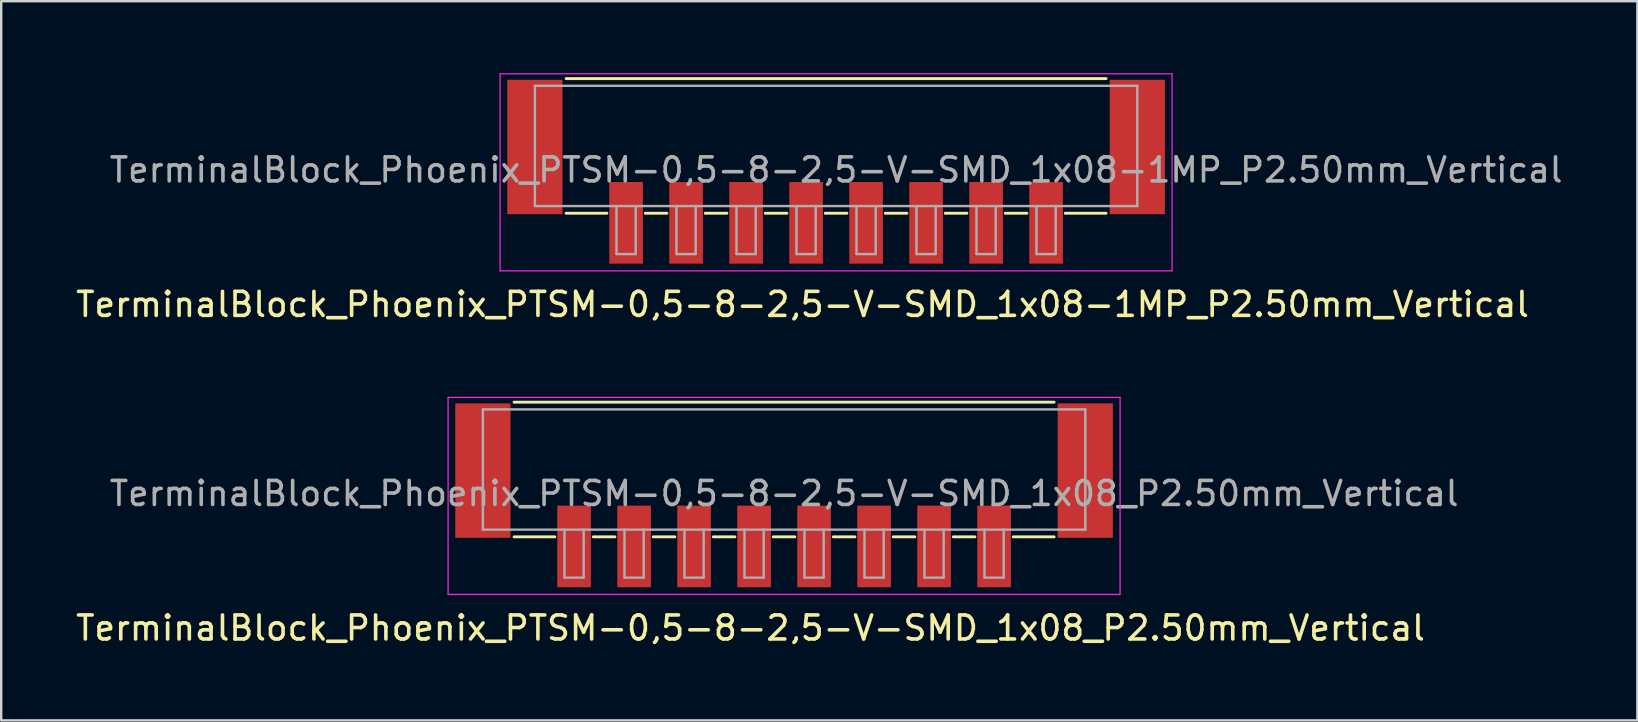
<source format=kicad_pcb>
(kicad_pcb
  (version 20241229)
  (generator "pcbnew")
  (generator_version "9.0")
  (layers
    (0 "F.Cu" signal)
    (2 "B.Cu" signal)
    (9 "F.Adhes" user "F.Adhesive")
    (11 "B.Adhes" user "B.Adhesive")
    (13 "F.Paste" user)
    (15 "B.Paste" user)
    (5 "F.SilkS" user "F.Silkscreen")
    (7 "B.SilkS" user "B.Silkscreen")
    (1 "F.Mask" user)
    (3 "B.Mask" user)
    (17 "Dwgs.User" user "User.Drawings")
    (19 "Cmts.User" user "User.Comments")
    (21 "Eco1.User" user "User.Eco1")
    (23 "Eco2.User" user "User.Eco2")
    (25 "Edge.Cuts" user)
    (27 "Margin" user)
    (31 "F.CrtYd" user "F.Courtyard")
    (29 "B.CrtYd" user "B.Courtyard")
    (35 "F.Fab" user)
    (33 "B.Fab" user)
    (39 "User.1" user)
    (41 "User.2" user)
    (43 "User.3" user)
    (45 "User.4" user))
  (footprint "TerminalBlock_Phoenix_PTSM-0,5-8-2,5-V-SMD_1x08-1MP_P2.50mm_Vertical"
    (layer "F.Cu")
    (at 31.787 4.105)
    (property "Reference" "TerminalBlock_Phoenix_PTSM-0,5-8-2,5-V-SMD_1x08-1MP_P2.50mm_Vertical" (at -1.4 5.53 0) (layer "F.SilkS") (effects (font (size 1 1) (thickness 0.15))))
    (attr smd)
    (fp_line (start -11.25 -3.88) (end 11.25 -3.88) (stroke (width 0.12) (type solid)) (layer "F.SilkS"))
    (fp_line (start -9.55 1.73) (end -11.25 1.73) (stroke (width 0.12) (type solid)) (layer "F.SilkS"))
    (fp_line (start -7.05 1.73) (end -7.95 1.73) (stroke (width 0.12) (type solid)) (layer "F.SilkS"))
    (fp_line (start -4.55 1.73) (end -5.45 1.73) (stroke (width 0.12) (type solid)) (layer "F.SilkS"))
    (fp_line (start -2.05 1.73) (end -2.95 1.73) (stroke (width 0.12) (type solid)) (layer "F.SilkS"))
    (fp_line (start 0.45 1.73) (end -0.45 1.73) (stroke (width 0.12) (type solid)) (layer "F.SilkS"))
    (fp_line (start 2.95 1.73) (end 2.05 1.73) (stroke (width 0.12) (type solid)) (layer "F.SilkS"))
    (fp_line (start 5.45 1.73) (end 4.55 1.73) (stroke (width 0.12) (type solid)) (layer "F.SilkS"))
    (fp_line (start 7.95 1.73) (end 7.05 1.73) (stroke (width 0.12) (type solid)) (layer "F.SilkS"))
    (fp_line (start 11.25 1.73) (end 9.55 1.73) (stroke (width 0.12) (type solid)) (layer "F.SilkS"))
    (fp_line (start -14 -4.08) (end 14 -4.08) (stroke (width 0.05) (type solid)) (layer "F.CrtYd"))
    (fp_line (start -14 4.13) (end -14 -4.08) (stroke (width 0.05) (type solid)) (layer "F.CrtYd"))
    (fp_line (start 14 -4.08) (end 14 4.13) (stroke (width 0.05) (type solid)) (layer "F.CrtYd"))
    (fp_line (start 14 4.13) (end -14 4.13) (stroke (width 0.05) (type solid)) (layer "F.CrtYd"))
    (fp_line (start -12.55 -3.58) (end 12.55 -3.58) (stroke (width 0.1) (type solid)) (layer "F.Fab"))
    (fp_line (start -12.55 1.43) (end -12.55 -3.58) (stroke (width 0.1) (type solid)) (layer "F.Fab"))
    (fp_line (start -9.15 1.43) (end -9.15 3.43) (stroke (width 0.1) (type solid)) (layer "F.Fab"))
    (fp_line (start -9.15 3.43) (end -8.35 3.43) (stroke (width 0.1) (type solid)) (layer "F.Fab"))
    (fp_line (start -8.35 1.43) (end -8.35 3.43) (stroke (width 0.1) (type solid)) (layer "F.Fab"))
    (fp_line (start -6.65 1.43) (end -6.65 3.43) (stroke (width 0.1) (type solid)) (layer "F.Fab"))
    (fp_line (start -6.65 3.43) (end -5.85 3.43) (stroke (width 0.1) (type solid)) (layer "F.Fab"))
    (fp_line (start -5.85 1.43) (end -5.85 3.43) (stroke (width 0.1) (type solid)) (layer "F.Fab"))
    (fp_line (start -4.15 1.43) (end -4.15 3.43) (stroke (width 0.1) (type solid)) (layer "F.Fab"))
    (fp_line (start -4.15 3.43) (end -3.35 3.43) (stroke (width 0.1) (type solid)) (layer "F.Fab"))
    (fp_line (start -3.35 1.43) (end -3.35 3.43) (stroke (width 0.1) (type solid)) (layer "F.Fab"))
    (fp_line (start -1.65 1.43) (end -1.65 3.43) (stroke (width 0.1) (type solid)) (layer "F.Fab"))
    (fp_line (start -1.65 3.43) (end -0.85 3.43) (stroke (width 0.1) (type solid)) (layer "F.Fab"))
    (fp_line (start -0.85 1.43) (end -0.85 3.43) (stroke (width 0.1) (type solid)) (layer "F.Fab"))
    (fp_line (start 0.85 1.43) (end 0.85 3.43) (stroke (width 0.1) (type solid)) (layer "F.Fab"))
    (fp_line (start 0.85 3.43) (end 1.65 3.43) (stroke (width 0.1) (type solid)) (layer "F.Fab"))
    (fp_line (start 1.65 1.43) (end 1.65 3.43) (stroke (width 0.1) (type solid)) (layer "F.Fab"))
    (fp_line (start 3.35 1.43) (end 3.35 3.43) (stroke (width 0.1) (type solid)) (layer "F.Fab"))
    (fp_line (start 3.35 3.43) (end 4.15 3.43) (stroke (width 0.1) (type solid)) (layer "F.Fab"))
    (fp_line (start 4.15 1.43) (end 4.15 3.43) (stroke (width 0.1) (type solid)) (layer "F.Fab"))
    (fp_line (start 5.85 1.43) (end 5.85 3.43) (stroke (width 0.1) (type solid)) (layer "F.Fab"))
    (fp_line (start 5.85 3.43) (end 6.65 3.43) (stroke (width 0.1) (type solid)) (layer "F.Fab"))
    (fp_line (start 6.65 1.43) (end 6.65 3.43) (stroke (width 0.1) (type solid)) (layer "F.Fab"))
    (fp_line (start 8.35 1.43) (end 8.35 3.43) (stroke (width 0.1) (type solid)) (layer "F.Fab"))
    (fp_line (start 8.35 3.43) (end 9.15 3.43) (stroke (width 0.1) (type solid)) (layer "F.Fab"))
    (fp_line (start 9.15 1.43) (end 9.15 3.43) (stroke (width 0.1) (type solid)) (layer "F.Fab"))
    (fp_line (start 12.55 1.43) (end -12.55 1.43) (stroke (width 0.1) (type solid)) (layer "F.Fab"))
    (fp_line (start 12.55 1.43) (end 12.55 -3.58) (stroke (width 0.1) (type solid)) (layer "F.Fab"))
    (fp_text user "${REFERENCE}" (at 0 -0.075 0) (layer "F.Fab") (effects (font (size 1 1) (thickness 0.15))))
    (pad "1" smd rect (at -8.75 2.13 180) (size 1.4 3.4) (layers "F.Cu" "F.Mask" "F.Paste"))
    (pad "2" smd rect (at -6.25 2.13 180) (size 1.4 3.4) (layers "F.Cu" "F.Mask" "F.Paste"))
    (pad "3" smd rect (at -3.75 2.13 180) (size 1.4 3.4) (layers "F.Cu" "F.Mask" "F.Paste"))
    (pad "4" smd rect (at -1.25 2.13 180) (size 1.4 3.4) (layers "F.Cu" "F.Mask" "F.Paste"))
    (pad "5" smd rect (at 1.25 2.13 180) (size 1.4 3.4) (layers "F.Cu" "F.Mask" "F.Paste"))
    (pad "6" smd rect (at 3.75 2.13 180) (size 1.4 3.4) (layers "F.Cu" "F.Mask" "F.Paste"))
    (pad "7" smd rect (at 6.25 2.13 180) (size 1.4 3.4) (layers "F.Cu" "F.Mask" "F.Paste"))
    (pad "8" smd rect (at 8.75 2.13 180) (size 1.4 3.4) (layers "F.Cu" "F.Mask" "F.Paste"))
    (pad "MP" smd rect (at -12.55 -1.03 180) (size 2.3 5.6) (layers "F.Cu" "F.Mask" "F.Paste"))
    (pad "MP" smd rect (at 12.55 -1.03 180) (size 2.3 5.6) (layers "F.Cu" "F.Mask" "F.Paste")))
  (footprint "TerminalBlock_Phoenix_PTSM-0,5-8-2,5-V-SMD_1x08_P2.50mm_Vertical"
    (layer "F.Cu")
    (at 29.62 17.588)
    (property "Reference" "TerminalBlock_Phoenix_PTSM-0,5-8-2,5-V-SMD_1x08_P2.50mm_Vertical" (at -1.4 5.53 0) (layer "F.SilkS") (effects (font (size 1 1) (thickness 0.15))))
    (attr smd)
    (fp_line (start -11.25 -3.88) (end 11.25 -3.88) (stroke (width 0.12) (type solid)) (layer "F.SilkS"))
    (fp_line (start -9.55 1.73) (end -11.25 1.73) (stroke (width 0.12) (type solid)) (layer "F.SilkS"))
    (fp_line (start -7.05 1.73) (end -7.95 1.73) (stroke (width 0.12) (type solid)) (layer "F.SilkS"))
    (fp_line (start -4.55 1.73) (end -5.45 1.73) (stroke (width 0.12) (type solid)) (layer "F.SilkS"))
    (fp_line (start -2.05 1.73) (end -2.95 1.73) (stroke (width 0.12) (type solid)) (layer "F.SilkS"))
    (fp_line (start 0.45 1.73) (end -0.45 1.73) (stroke (width 0.12) (type solid)) (layer "F.SilkS"))
    (fp_line (start 2.95 1.73) (end 2.05 1.73) (stroke (width 0.12) (type solid)) (layer "F.SilkS"))
    (fp_line (start 5.45 1.73) (end 4.55 1.73) (stroke (width 0.12) (type solid)) (layer "F.SilkS"))
    (fp_line (start 7.95 1.73) (end 7.05 1.73) (stroke (width 0.12) (type solid)) (layer "F.SilkS"))
    (fp_line (start 11.25 1.73) (end 9.55 1.73) (stroke (width 0.12) (type solid)) (layer "F.SilkS"))
    (fp_line (start -14 -4.08) (end 14 -4.08) (stroke (width 0.05) (type solid)) (layer "F.CrtYd"))
    (fp_line (start -14 4.13) (end -14 -4.08) (stroke (width 0.05) (type solid)) (layer "F.CrtYd"))
    (fp_line (start 14 -4.08) (end 14 4.13) (stroke (width 0.05) (type solid)) (layer "F.CrtYd"))
    (fp_line (start 14 4.13) (end -14 4.13) (stroke (width 0.05) (type solid)) (layer "F.CrtYd"))
    (fp_line (start -12.55 -3.58) (end 12.55 -3.58) (stroke (width 0.1) (type solid)) (layer "F.Fab"))
    (fp_line (start -12.55 1.43) (end -12.55 -3.58) (stroke (width 0.1) (type solid)) (layer "F.Fab"))
    (fp_line (start -9.15 1.43) (end -9.15 3.43) (stroke (width 0.1) (type solid)) (layer "F.Fab"))
    (fp_line (start -9.15 3.43) (end -8.35 3.43) (stroke (width 0.1) (type solid)) (layer "F.Fab"))
    (fp_line (start -8.35 1.43) (end -8.35 3.43) (stroke (width 0.1) (type solid)) (layer "F.Fab"))
    (fp_line (start -6.65 1.43) (end -6.65 3.43) (stroke (width 0.1) (type solid)) (layer "F.Fab"))
    (fp_line (start -6.65 3.43) (end -5.85 3.43) (stroke (width 0.1) (type solid)) (layer "F.Fab"))
    (fp_line (start -5.85 1.43) (end -5.85 3.43) (stroke (width 0.1) (type solid)) (layer "F.Fab"))
    (fp_line (start -4.15 1.43) (end -4.15 3.43) (stroke (width 0.1) (type solid)) (layer "F.Fab"))
    (fp_line (start -4.15 3.43) (end -3.35 3.43) (stroke (width 0.1) (type solid)) (layer "F.Fab"))
    (fp_line (start -3.35 1.43) (end -3.35 3.43) (stroke (width 0.1) (type solid)) (layer "F.Fab"))
    (fp_line (start -1.65 1.43) (end -1.65 3.43) (stroke (width 0.1) (type solid)) (layer "F.Fab"))
    (fp_line (start -1.65 3.43) (end -0.85 3.43) (stroke (width 0.1) (type solid)) (layer "F.Fab"))
    (fp_line (start -0.85 1.43) (end -0.85 3.43) (stroke (width 0.1) (type solid)) (layer "F.Fab"))
    (fp_line (start 0.85 1.43) (end 0.85 3.43) (stroke (width 0.1) (type solid)) (layer "F.Fab"))
    (fp_line (start 0.85 3.43) (end 1.65 3.43) (stroke (width 0.1) (type solid)) (layer "F.Fab"))
    (fp_line (start 1.65 1.43) (end 1.65 3.43) (stroke (width 0.1) (type solid)) (layer "F.Fab"))
    (fp_line (start 3.35 1.43) (end 3.35 3.43) (stroke (width 0.1) (type solid)) (layer "F.Fab"))
    (fp_line (start 3.35 3.43) (end 4.15 3.43) (stroke (width 0.1) (type solid)) (layer "F.Fab"))
    (fp_line (start 4.15 1.43) (end 4.15 3.43) (stroke (width 0.1) (type solid)) (layer "F.Fab"))
    (fp_line (start 5.85 1.43) (end 5.85 3.43) (stroke (width 0.1) (type solid)) (layer "F.Fab"))
    (fp_line (start 5.85 3.43) (end 6.65 3.43) (stroke (width 0.1) (type solid)) (layer "F.Fab"))
    (fp_line (start 6.65 1.43) (end 6.65 3.43) (stroke (width 0.1) (type solid)) (layer "F.Fab"))
    (fp_line (start 8.35 1.43) (end 8.35 3.43) (stroke (width 0.1) (type solid)) (layer "F.Fab"))
    (fp_line (start 8.35 3.43) (end 9.15 3.43) (stroke (width 0.1) (type solid)) (layer "F.Fab"))
    (fp_line (start 9.15 1.43) (end 9.15 3.43) (stroke (width 0.1) (type solid)) (layer "F.Fab"))
    (fp_line (start 12.55 1.43) (end -12.55 1.43) (stroke (width 0.1) (type solid)) (layer "F.Fab"))
    (fp_line (start 12.55 1.43) (end 12.55 -3.58) (stroke (width 0.1) (type solid)) (layer "F.Fab"))
    (fp_text user "${REFERENCE}" (at 0 -0.075 0) (layer "F.Fab") (effects (font (size 1 1) (thickness 0.15))))
    (pad "" smd rect (at -12.55 -1.03 180) (size 2.3 5.6) (layers "F.Cu" "F.Mask" "F.Paste"))
    (pad "" smd rect (at 12.55 -1.03 180) (size 2.3 5.6) (layers "F.Cu" "F.Mask" "F.Paste"))
    (pad "1" smd rect (at -8.75 2.13 180) (size 1.4 3.4) (layers "F.Cu" "F.Mask" "F.Paste"))
    (pad "2" smd rect (at -6.25 2.13 180) (size 1.4 3.4) (layers "F.Cu" "F.Mask" "F.Paste"))
    (pad "3" smd rect (at -3.75 2.13 180) (size 1.4 3.4) (layers "F.Cu" "F.Mask" "F.Paste"))
    (pad "4" smd rect (at -1.25 2.13 180) (size 1.4 3.4) (layers "F.Cu" "F.Mask" "F.Paste"))
    (pad "5" smd rect (at 1.25 2.13 180) (size 1.4 3.4) (layers "F.Cu" "F.Mask" "F.Paste"))
    (pad "6" smd rect (at 3.75 2.13 180) (size 1.4 3.4) (layers "F.Cu" "F.Mask" "F.Paste"))
    (pad "7" smd rect (at 6.25 2.13 180) (size 1.4 3.4) (layers "F.Cu" "F.Mask" "F.Paste"))
    (pad "8" smd rect (at 8.75 2.13 180) (size 1.4 3.4) (layers "F.Cu" "F.Mask" "F.Paste")))
  (gr_rect
    (start -3 -3)
    (end 65.174 26.966)
    (stroke (width 0.1) (type default))
    (fill no)
    (layer "Edge.Cuts")))
</source>
